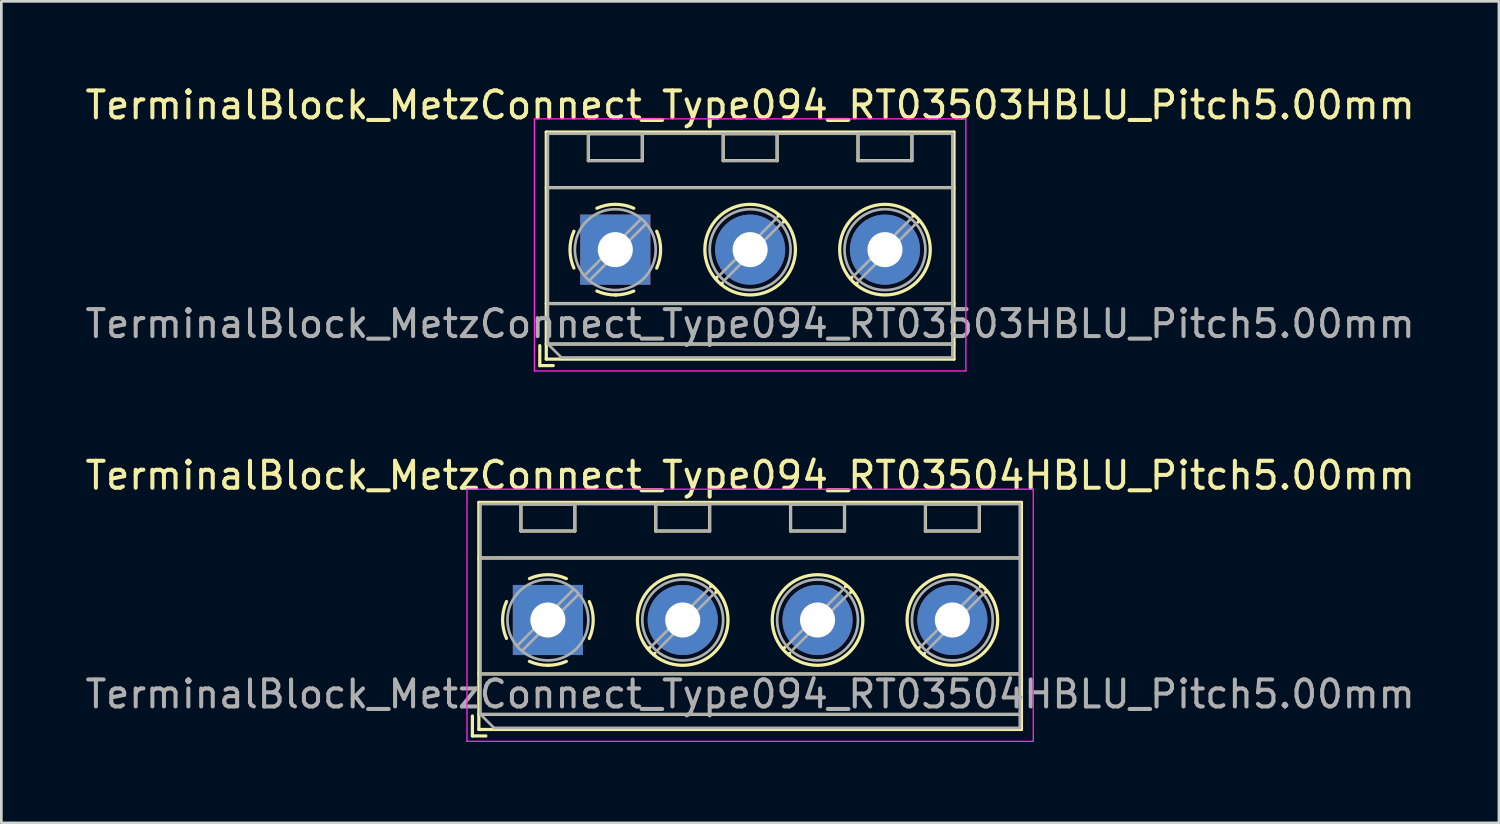
<source format=kicad_pcb>
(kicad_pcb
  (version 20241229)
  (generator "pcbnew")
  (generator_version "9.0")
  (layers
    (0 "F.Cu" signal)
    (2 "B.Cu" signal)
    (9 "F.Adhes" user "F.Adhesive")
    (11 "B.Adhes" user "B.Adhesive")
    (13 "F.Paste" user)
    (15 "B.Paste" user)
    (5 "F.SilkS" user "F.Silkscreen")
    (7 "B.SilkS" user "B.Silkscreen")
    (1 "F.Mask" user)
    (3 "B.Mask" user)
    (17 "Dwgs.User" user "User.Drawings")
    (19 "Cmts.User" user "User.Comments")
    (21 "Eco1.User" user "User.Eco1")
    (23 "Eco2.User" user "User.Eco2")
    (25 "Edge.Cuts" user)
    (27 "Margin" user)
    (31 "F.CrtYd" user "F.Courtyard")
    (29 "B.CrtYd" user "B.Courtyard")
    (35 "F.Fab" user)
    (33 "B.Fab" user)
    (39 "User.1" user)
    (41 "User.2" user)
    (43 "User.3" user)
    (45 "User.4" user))
  (footprint "TerminalBlock_MetzConnect_Type094_RT03503HBLU_Pitch5.00mm"
    (layer "F.Cu")
    (at 19.768 6.208)
    (property "Reference" "TerminalBlock_MetzConnect_Type094_RT03503HBLU_Pitch5.00mm" (at 5 -5.36 0) (layer "F.SilkS") (effects (font (size 1 1) (thickness 0.15))))
    (attr through_hole)
    (fp_line (start -2.8 3.56) (end -2.8 4.3) (stroke (width 0.12) (type solid)) (layer "F.SilkS"))
    (fp_line (start -2.8 4.3) (end -2.3 4.3) (stroke (width 0.12) (type solid)) (layer "F.SilkS"))
    (fp_line (start -2.56 -4.36) (end -2.56 4.06) (stroke (width 0.12) (type solid)) (layer "F.SilkS"))
    (fp_line (start -2.56 -2.3) (end 12.56 -2.3) (stroke (width 0.12) (type solid)) (layer "F.SilkS"))
    (fp_line (start -2.56 2) (end 12.56 2) (stroke (width 0.12) (type solid)) (layer "F.SilkS"))
    (fp_line (start -2.56 3.5) (end 12.56 3.5) (stroke (width 0.12) (type solid)) (layer "F.SilkS"))
    (fp_line (start -2.56 4.06) (end 12.56 4.06) (stroke (width 0.12) (type solid)) (layer "F.SilkS"))
    (fp_line (start -1 -4.3) (end -1 -3.3) (stroke (width 0.12) (type solid)) (layer "F.SilkS"))
    (fp_line (start -1 -4.3) (end 1 -4.3) (stroke (width 0.12) (type solid)) (layer "F.SilkS"))
    (fp_line (start -1 -3.3) (end 1 -3.3) (stroke (width 0.12) (type solid)) (layer "F.SilkS"))
    (fp_line (start 1 -4.3) (end 1 -3.3) (stroke (width 0.12) (type solid)) (layer "F.SilkS"))
    (fp_line (start 3.773 1.023) (end 3.726 1.069) (stroke (width 0.12) (type solid)) (layer "F.SilkS"))
    (fp_line (start 3.966 1.239) (end 3.931 1.274) (stroke (width 0.12) (type solid)) (layer "F.SilkS"))
    (fp_line (start 4 -4.3) (end 4 -3.3) (stroke (width 0.12) (type solid)) (layer "F.SilkS"))
    (fp_line (start 4 -4.3) (end 6 -4.3) (stroke (width 0.12) (type solid)) (layer "F.SilkS"))
    (fp_line (start 4 -3.3) (end 6 -3.3) (stroke (width 0.12) (type solid)) (layer "F.SilkS"))
    (fp_line (start 6 -4.3) (end 6 -3.3) (stroke (width 0.12) (type solid)) (layer "F.SilkS"))
    (fp_line (start 6.07 -1.275) (end 6.035 -1.239) (stroke (width 0.12) (type solid)) (layer "F.SilkS"))
    (fp_line (start 6.275 -1.069) (end 6.228 -1.023) (stroke (width 0.12) (type solid)) (layer "F.SilkS"))
    (fp_line (start 8.773 1.023) (end 8.726 1.069) (stroke (width 0.12) (type solid)) (layer "F.SilkS"))
    (fp_line (start 8.966 1.239) (end 8.931 1.274) (stroke (width 0.12) (type solid)) (layer "F.SilkS"))
    (fp_line (start 9 -4.3) (end 9 -3.3) (stroke (width 0.12) (type solid)) (layer "F.SilkS"))
    (fp_line (start 9 -4.3) (end 11 -4.3) (stroke (width 0.12) (type solid)) (layer "F.SilkS"))
    (fp_line (start 9 -3.3) (end 11 -3.3) (stroke (width 0.12) (type solid)) (layer "F.SilkS"))
    (fp_line (start 11 -4.3) (end 11 -3.3) (stroke (width 0.12) (type solid)) (layer "F.SilkS"))
    (fp_line (start 11.07 -1.275) (end 11.035 -1.239) (stroke (width 0.12) (type solid)) (layer "F.SilkS"))
    (fp_line (start 11.275 -1.069) (end 11.228 -1.023) (stroke (width 0.12) (type solid)) (layer "F.SilkS"))
    (fp_line (start 12.56 -4.36) (end -2.56 -4.36) (stroke (width 0.12) (type solid)) (layer "F.SilkS"))
    (fp_line (start 12.56 4.06) (end 12.56 -4.36) (stroke (width 0.12) (type solid)) (layer "F.SilkS"))
    (fp_arc (start -1.535427 0.683042) (mid -1.680501 -0.000524) (end -1.535 -0.684) (stroke (width 0.12) (type solid)) (layer "F.SilkS"))
    (fp_arc (start -0.683042 -1.535427) (mid 0.000524 -1.680501) (end 0.684 -1.535) (stroke (width 0.12) (type solid)) (layer "F.SilkS"))
    (fp_arc (start 0.028805 1.680253) (mid -0.335551 1.646659) (end -0.684 1.535) (stroke (width 0.12) (type solid)) (layer "F.SilkS"))
    (fp_arc (start 0.683318 1.534756) (mid 0.349292 1.643288) (end 0 1.68) (stroke (width 0.12) (type solid)) (layer "F.SilkS"))
    (fp_arc (start 1.535427 -0.683042) (mid 1.680501 0.000524) (end 1.535 0.684) (stroke (width 0.12) (type solid)) (layer "F.SilkS"))
    (fp_circle (center 5 0) (end 6.68 0) (stroke (width 0.12) (type solid)) (fill no) (layer "F.SilkS"))
    (fp_circle (center 10 0) (end 11.68 0) (stroke (width 0.12) (type solid)) (fill no) (layer "F.SilkS"))
    (fp_line (start -3 -4.85) (end -3 4.5) (stroke (width 0.05) (type solid)) (layer "F.CrtYd"))
    (fp_line (start -3 4.5) (end 13 4.5) (stroke (width 0.05) (type solid)) (layer "F.CrtYd"))
    (fp_line (start 13 -4.85) (end -3 -4.85) (stroke (width 0.05) (type solid)) (layer "F.CrtYd"))
    (fp_line (start 13 4.5) (end 13 -4.85) (stroke (width 0.05) (type solid)) (layer "F.CrtYd"))
    (fp_line (start -2.5 -4.3) (end 12.5 -4.3) (stroke (width 0.1) (type solid)) (layer "F.Fab"))
    (fp_line (start -2.5 -2.3) (end 12.5 -2.3) (stroke (width 0.1) (type solid)) (layer "F.Fab"))
    (fp_line (start -2.5 2) (end 12.5 2) (stroke (width 0.1) (type solid)) (layer "F.Fab"))
    (fp_line (start -2.5 3.5) (end -2.5 -4.3) (stroke (width 0.1) (type solid)) (layer "F.Fab"))
    (fp_line (start -2.5 3.5) (end 12.5 3.5) (stroke (width 0.1) (type solid)) (layer "F.Fab"))
    (fp_line (start -2 4) (end -2.5 3.5) (stroke (width 0.1) (type solid)) (layer "F.Fab"))
    (fp_line (start -1 -4.3) (end -1 -3.3) (stroke (width 0.1) (type solid)) (layer "F.Fab"))
    (fp_line (start -1 -3.3) (end 1 -3.3) (stroke (width 0.1) (type solid)) (layer "F.Fab"))
    (fp_line (start 0.955 -1.138) (end -1.138 0.955) (stroke (width 0.1) (type solid)) (layer "F.Fab"))
    (fp_line (start 1 -4.3) (end -1 -4.3) (stroke (width 0.1) (type solid)) (layer "F.Fab"))
    (fp_line (start 1 -3.3) (end 1 -4.3) (stroke (width 0.1) (type solid)) (layer "F.Fab"))
    (fp_line (start 1.138 -0.955) (end -0.955 1.138) (stroke (width 0.1) (type solid)) (layer "F.Fab"))
    (fp_line (start 4 -4.3) (end 4 -3.3) (stroke (width 0.1) (type solid)) (layer "F.Fab"))
    (fp_line (start 4 -3.3) (end 6 -3.3) (stroke (width 0.1) (type solid)) (layer "F.Fab"))
    (fp_line (start 5.955 -1.138) (end 3.863 0.955) (stroke (width 0.1) (type solid)) (layer "F.Fab"))
    (fp_line (start 6 -4.3) (end 4 -4.3) (stroke (width 0.1) (type solid)) (layer "F.Fab"))
    (fp_line (start 6 -3.3) (end 6 -4.3) (stroke (width 0.1) (type solid)) (layer "F.Fab"))
    (fp_line (start 6.138 -0.955) (end 4.046 1.138) (stroke (width 0.1) (type solid)) (layer "F.Fab"))
    (fp_line (start 9 -4.3) (end 9 -3.3) (stroke (width 0.1) (type solid)) (layer "F.Fab"))
    (fp_line (start 9 -3.3) (end 11 -3.3) (stroke (width 0.1) (type solid)) (layer "F.Fab"))
    (fp_line (start 10.955 -1.138) (end 8.863 0.955) (stroke (width 0.1) (type solid)) (layer "F.Fab"))
    (fp_line (start 11 -4.3) (end 9 -4.3) (stroke (width 0.1) (type solid)) (layer "F.Fab"))
    (fp_line (start 11 -3.3) (end 11 -4.3) (stroke (width 0.1) (type solid)) (layer "F.Fab"))
    (fp_line (start 11.138 -0.955) (end 9.046 1.138) (stroke (width 0.1) (type solid)) (layer "F.Fab"))
    (fp_line (start 12.5 -4.3) (end 12.5 4) (stroke (width 0.1) (type solid)) (layer "F.Fab"))
    (fp_line (start 12.5 4) (end -2 4) (stroke (width 0.1) (type solid)) (layer "F.Fab"))
    (fp_circle (center 0 0) (end 1.5 0) (stroke (width 0.1) (type solid)) (fill no) (layer "F.Fab"))
    (fp_circle (center 5 0) (end 6.5 0) (stroke (width 0.1) (type solid)) (fill no) (layer "F.Fab"))
    (fp_circle (center 10 0) (end 11.5 0) (stroke (width 0.1) (type solid)) (fill no) (layer "F.Fab"))
    (fp_text user "${REFERENCE}" (at 5 2.75 0) (layer "F.Fab") (effects (font (size 1 1) (thickness 0.15))))
    (pad "1" thru_hole rect (at 0 0) (size 2.6 2.6) (drill 1.3) (layers "*.Cu" "*.Mask"))
    (pad "2" thru_hole circle (at 5 0) (size 2.6 2.6) (drill 1.3) (layers "*.Cu" "*.Mask"))
    (pad "3" thru_hole circle (at 10 0) (size 2.6 2.6) (drill 1.3) (layers "*.Cu" "*.Mask")))
  (footprint "TerminalBlock_MetzConnect_Type094_RT03504HBLU_Pitch5.00mm"
    (layer "F.Cu")
    (at 17.268 19.942)
    (property "Reference" "TerminalBlock_MetzConnect_Type094_RT03504HBLU_Pitch5.00mm" (at 7.5 -5.36 0) (layer "F.SilkS") (effects (font (size 1 1) (thickness 0.15))))
    (attr through_hole)
    (fp_line (start -2.8 3.56) (end -2.8 4.3) (stroke (width 0.12) (type solid)) (layer "F.SilkS"))
    (fp_line (start -2.8 4.3) (end -2.3 4.3) (stroke (width 0.12) (type solid)) (layer "F.SilkS"))
    (fp_line (start -2.56 -4.36) (end -2.56 4.06) (stroke (width 0.12) (type solid)) (layer "F.SilkS"))
    (fp_line (start -2.56 -2.3) (end 17.56 -2.3) (stroke (width 0.12) (type solid)) (layer "F.SilkS"))
    (fp_line (start -2.56 2) (end 17.56 2) (stroke (width 0.12) (type solid)) (layer "F.SilkS"))
    (fp_line (start -2.56 3.5) (end 17.56 3.5) (stroke (width 0.12) (type solid)) (layer "F.SilkS"))
    (fp_line (start -2.56 4.06) (end 17.56 4.06) (stroke (width 0.12) (type solid)) (layer "F.SilkS"))
    (fp_line (start -1 -4.3) (end -1 -3.3) (stroke (width 0.12) (type solid)) (layer "F.SilkS"))
    (fp_line (start -1 -4.3) (end 1 -4.3) (stroke (width 0.12) (type solid)) (layer "F.SilkS"))
    (fp_line (start -1 -3.3) (end 1 -3.3) (stroke (width 0.12) (type solid)) (layer "F.SilkS"))
    (fp_line (start 1 -4.3) (end 1 -3.3) (stroke (width 0.12) (type solid)) (layer "F.SilkS"))
    (fp_line (start 3.773 1.023) (end 3.726 1.069) (stroke (width 0.12) (type solid)) (layer "F.SilkS"))
    (fp_line (start 3.966 1.239) (end 3.931 1.274) (stroke (width 0.12) (type solid)) (layer "F.SilkS"))
    (fp_line (start 4 -4.3) (end 4 -3.3) (stroke (width 0.12) (type solid)) (layer "F.SilkS"))
    (fp_line (start 4 -4.3) (end 6 -4.3) (stroke (width 0.12) (type solid)) (layer "F.SilkS"))
    (fp_line (start 4 -3.3) (end 6 -3.3) (stroke (width 0.12) (type solid)) (layer "F.SilkS"))
    (fp_line (start 6 -4.3) (end 6 -3.3) (stroke (width 0.12) (type solid)) (layer "F.SilkS"))
    (fp_line (start 6.07 -1.275) (end 6.035 -1.239) (stroke (width 0.12) (type solid)) (layer "F.SilkS"))
    (fp_line (start 6.275 -1.069) (end 6.228 -1.023) (stroke (width 0.12) (type solid)) (layer "F.SilkS"))
    (fp_line (start 8.773 1.023) (end 8.726 1.069) (stroke (width 0.12) (type solid)) (layer "F.SilkS"))
    (fp_line (start 8.966 1.239) (end 8.931 1.274) (stroke (width 0.12) (type solid)) (layer "F.SilkS"))
    (fp_line (start 9 -4.3) (end 9 -3.3) (stroke (width 0.12) (type solid)) (layer "F.SilkS"))
    (fp_line (start 9 -4.3) (end 11 -4.3) (stroke (width 0.12) (type solid)) (layer "F.SilkS"))
    (fp_line (start 9 -3.3) (end 11 -3.3) (stroke (width 0.12) (type solid)) (layer "F.SilkS"))
    (fp_line (start 11 -4.3) (end 11 -3.3) (stroke (width 0.12) (type solid)) (layer "F.SilkS"))
    (fp_line (start 11.07 -1.275) (end 11.035 -1.239) (stroke (width 0.12) (type solid)) (layer "F.SilkS"))
    (fp_line (start 11.275 -1.069) (end 11.228 -1.023) (stroke (width 0.12) (type solid)) (layer "F.SilkS"))
    (fp_line (start 13.773 1.023) (end 13.726 1.069) (stroke (width 0.12) (type solid)) (layer "F.SilkS"))
    (fp_line (start 13.966 1.239) (end 13.931 1.274) (stroke (width 0.12) (type solid)) (layer "F.SilkS"))
    (fp_line (start 14 -4.3) (end 14 -3.3) (stroke (width 0.12) (type solid)) (layer "F.SilkS"))
    (fp_line (start 14 -4.3) (end 16 -4.3) (stroke (width 0.12) (type solid)) (layer "F.SilkS"))
    (fp_line (start 14 -3.3) (end 16 -3.3) (stroke (width 0.12) (type solid)) (layer "F.SilkS"))
    (fp_line (start 16 -4.3) (end 16 -3.3) (stroke (width 0.12) (type solid)) (layer "F.SilkS"))
    (fp_line (start 16.07 -1.275) (end 16.035 -1.239) (stroke (width 0.12) (type solid)) (layer "F.SilkS"))
    (fp_line (start 16.275 -1.069) (end 16.228 -1.023) (stroke (width 0.12) (type solid)) (layer "F.SilkS"))
    (fp_line (start 17.56 -4.36) (end -2.56 -4.36) (stroke (width 0.12) (type solid)) (layer "F.SilkS"))
    (fp_line (start 17.56 4.06) (end 17.56 -4.36) (stroke (width 0.12) (type solid)) (layer "F.SilkS"))
    (fp_arc (start -1.535427 0.683042) (mid -1.680501 -0.000524) (end -1.535 -0.684) (stroke (width 0.12) (type solid)) (layer "F.SilkS"))
    (fp_arc (start -0.683042 -1.535427) (mid 0.000524 -1.680501) (end 0.684 -1.535) (stroke (width 0.12) (type solid)) (layer "F.SilkS"))
    (fp_arc (start 0.028805 1.680253) (mid -0.335551 1.646659) (end -0.684 1.535) (stroke (width 0.12) (type solid)) (layer "F.SilkS"))
    (fp_arc (start 0.683318 1.534756) (mid 0.349292 1.643288) (end 0 1.68) (stroke (width 0.12) (type solid)) (layer "F.SilkS"))
    (fp_arc (start 1.535427 -0.683042) (mid 1.680501 0.000524) (end 1.535 0.684) (stroke (width 0.12) (type solid)) (layer "F.SilkS"))
    (fp_circle (center 5 0) (end 6.68 0) (stroke (width 0.12) (type solid)) (fill no) (layer "F.SilkS"))
    (fp_circle (center 10 0) (end 11.68 0) (stroke (width 0.12) (type solid)) (fill no) (layer "F.SilkS"))
    (fp_circle (center 15 0) (end 16.68 0) (stroke (width 0.12) (type solid)) (fill no) (layer "F.SilkS"))
    (fp_line (start -3 -4.85) (end -3 4.5) (stroke (width 0.05) (type solid)) (layer "F.CrtYd"))
    (fp_line (start -3 4.5) (end 18 4.5) (stroke (width 0.05) (type solid)) (layer "F.CrtYd"))
    (fp_line (start 18 -4.85) (end -3 -4.85) (stroke (width 0.05) (type solid)) (layer "F.CrtYd"))
    (fp_line (start 18 4.5) (end 18 -4.85) (stroke (width 0.05) (type solid)) (layer "F.CrtYd"))
    (fp_line (start -2.5 -4.3) (end 17.5 -4.3) (stroke (width 0.1) (type solid)) (layer "F.Fab"))
    (fp_line (start -2.5 -2.3) (end 17.5 -2.3) (stroke (width 0.1) (type solid)) (layer "F.Fab"))
    (fp_line (start -2.5 2) (end 17.5 2) (stroke (width 0.1) (type solid)) (layer "F.Fab"))
    (fp_line (start -2.5 3.5) (end -2.5 -4.3) (stroke (width 0.1) (type solid)) (layer "F.Fab"))
    (fp_line (start -2.5 3.5) (end 17.5 3.5) (stroke (width 0.1) (type solid)) (layer "F.Fab"))
    (fp_line (start -2 4) (end -2.5 3.5) (stroke (width 0.1) (type solid)) (layer "F.Fab"))
    (fp_line (start -1 -4.3) (end -1 -3.3) (stroke (width 0.1) (type solid)) (layer "F.Fab"))
    (fp_line (start -1 -3.3) (end 1 -3.3) (stroke (width 0.1) (type solid)) (layer "F.Fab"))
    (fp_line (start 0.955 -1.138) (end -1.138 0.955) (stroke (width 0.1) (type solid)) (layer "F.Fab"))
    (fp_line (start 1 -4.3) (end -1 -4.3) (stroke (width 0.1) (type solid)) (layer "F.Fab"))
    (fp_line (start 1 -3.3) (end 1 -4.3) (stroke (width 0.1) (type solid)) (layer "F.Fab"))
    (fp_line (start 1.138 -0.955) (end -0.955 1.138) (stroke (width 0.1) (type solid)) (layer "F.Fab"))
    (fp_line (start 4 -4.3) (end 4 -3.3) (stroke (width 0.1) (type solid)) (layer "F.Fab"))
    (fp_line (start 4 -3.3) (end 6 -3.3) (stroke (width 0.1) (type solid)) (layer "F.Fab"))
    (fp_line (start 5.955 -1.138) (end 3.863 0.955) (stroke (width 0.1) (type solid)) (layer "F.Fab"))
    (fp_line (start 6 -4.3) (end 4 -4.3) (stroke (width 0.1) (type solid)) (layer "F.Fab"))
    (fp_line (start 6 -3.3) (end 6 -4.3) (stroke (width 0.1) (type solid)) (layer "F.Fab"))
    (fp_line (start 6.138 -0.955) (end 4.046 1.138) (stroke (width 0.1) (type solid)) (layer "F.Fab"))
    (fp_line (start 9 -4.3) (end 9 -3.3) (stroke (width 0.1) (type solid)) (layer "F.Fab"))
    (fp_line (start 9 -3.3) (end 11 -3.3) (stroke (width 0.1) (type solid)) (layer "F.Fab"))
    (fp_line (start 10.955 -1.138) (end 8.863 0.955) (stroke (width 0.1) (type solid)) (layer "F.Fab"))
    (fp_line (start 11 -4.3) (end 9 -4.3) (stroke (width 0.1) (type solid)) (layer "F.Fab"))
    (fp_line (start 11 -3.3) (end 11 -4.3) (stroke (width 0.1) (type solid)) (layer "F.Fab"))
    (fp_line (start 11.138 -0.955) (end 9.046 1.138) (stroke (width 0.1) (type solid)) (layer "F.Fab"))
    (fp_line (start 14 -4.3) (end 14 -3.3) (stroke (width 0.1) (type solid)) (layer "F.Fab"))
    (fp_line (start 14 -3.3) (end 16 -3.3) (stroke (width 0.1) (type solid)) (layer "F.Fab"))
    (fp_line (start 15.955 -1.138) (end 13.863 0.955) (stroke (width 0.1) (type solid)) (layer "F.Fab"))
    (fp_line (start 16 -4.3) (end 14 -4.3) (stroke (width 0.1) (type solid)) (layer "F.Fab"))
    (fp_line (start 16 -3.3) (end 16 -4.3) (stroke (width 0.1) (type solid)) (layer "F.Fab"))
    (fp_line (start 16.138 -0.955) (end 14.046 1.138) (stroke (width 0.1) (type solid)) (layer "F.Fab"))
    (fp_line (start 17.5 -4.3) (end 17.5 4) (stroke (width 0.1) (type solid)) (layer "F.Fab"))
    (fp_line (start 17.5 4) (end -2 4) (stroke (width 0.1) (type solid)) (layer "F.Fab"))
    (fp_circle (center 0 0) (end 1.5 0) (stroke (width 0.1) (type solid)) (fill no) (layer "F.Fab"))
    (fp_circle (center 5 0) (end 6.5 0) (stroke (width 0.1) (type solid)) (fill no) (layer "F.Fab"))
    (fp_circle (center 10 0) (end 11.5 0) (stroke (width 0.1) (type solid)) (fill no) (layer "F.Fab"))
    (fp_circle (center 15 0) (end 16.5 0) (stroke (width 0.1) (type solid)) (fill no) (layer "F.Fab"))
    (fp_text user "${REFERENCE}" (at 7.5 2.75 0) (layer "F.Fab") (effects (font (size 1 1) (thickness 0.15))))
    (pad "1" thru_hole rect (at 0 0) (size 2.6 2.6) (drill 1.3) (layers "*.Cu" "*.Mask"))
    (pad "2" thru_hole circle (at 5 0) (size 2.6 2.6) (drill 1.3) (layers "*.Cu" "*.Mask"))
    (pad "3" thru_hole circle (at 10 0) (size 2.6 2.6) (drill 1.3) (layers "*.Cu" "*.Mask"))
    (pad "4" thru_hole circle (at 15 0) (size 2.6 2.6) (drill 1.3) (layers "*.Cu" "*.Mask")))
  (gr_rect
    (start -3 -3)
    (end 52.536 27.466)
    (stroke (width 0.1) (type default))
    (fill no)
    (layer "Edge.Cuts")))
</source>
